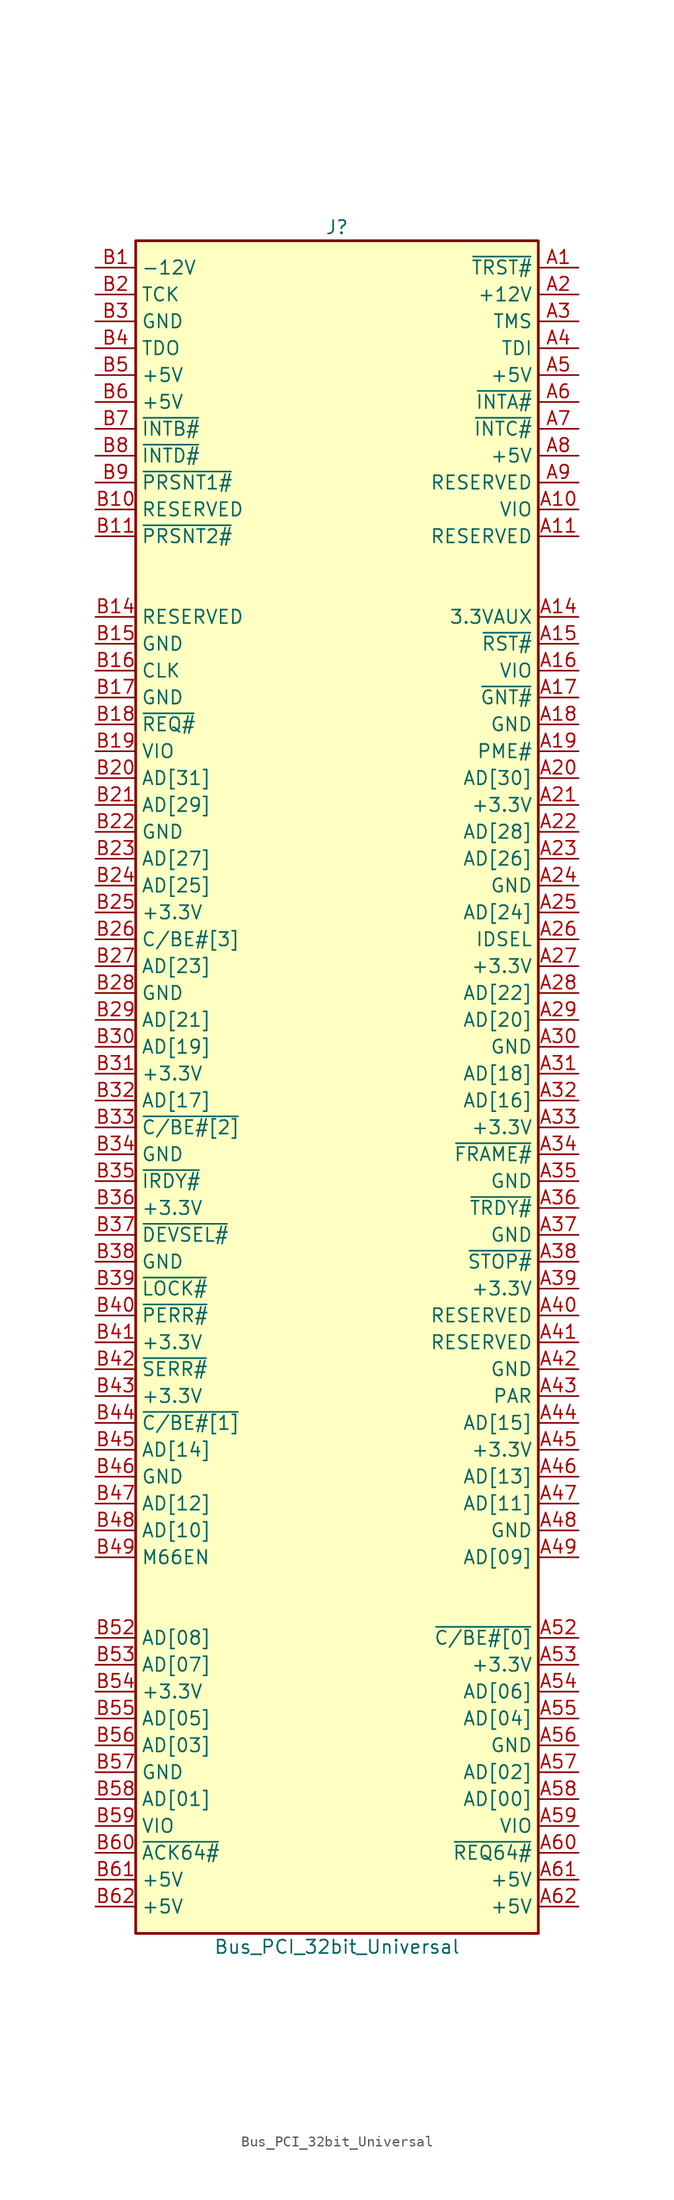
<source format=kicad_sym>
(kicad_symbol_lib
  (version 20220914)
  (generator kicad_symbol_editor)
  (symbol "Bus_PCI_32bit_Universal"
    (property "Reference" "J"
      (at 0 80.01 0)
      (effects (font (size 1.27 1.27))))
    (property "Value" "Bus_PCI_32bit_Universal"
      (at 0 -82.55 0)
      (effects (font (size 1.27 1.27))))
    (symbol "Bus_PCI_32bit_Universal_0_1"
      (rectangle (start -19.05 78.74) (end 19.05 -81.28) (stroke (width 0.254) (type solid)) (fill (type background))))
    (symbol "Bus_PCI_32bit_Universal_1_1"
      (pin output line (at 22.86 76.2 180) (length 3.81) (name "~{TRST#}" (effects (font (size 1.27 1.27)))) (number "A1" (effects (font (size 1.27 1.27)))))
      (pin power_in line (at 22.86 53.34 180) (length 3.81) (name "VIO" (effects (font (size 1.27 1.27)))) (number "A10" (effects (font (size 1.27 1.27)))))
      (pin passive line (at 22.86 50.8 180) (length 3.81) (name "RESERVED" (effects (font (size 1.27 1.27)))) (number "A11" (effects (font (size 1.27 1.27)))))
      (pin passive line (at 22.86 43.18 180) (length 3.81) (name "3.3VAUX" (effects (font (size 1.27 1.27)))) (number "A14" (effects (font (size 1.27 1.27)))))
      (pin output line (at 22.86 40.64 180) (length 3.81) (name "~{RST#}" (effects (font (size 1.27 1.27)))) (number "A15" (effects (font (size 1.27 1.27)))))
      (pin power_in line (at 22.86 38.1 180) (length 3.81) (name "VIO" (effects (font (size 1.27 1.27)))) (number "A16" (effects (font (size 1.27 1.27)))))
      (pin bidirectional line (at 22.86 35.56 180) (length 3.81) (name "~{GNT#}" (effects (font (size 1.27 1.27)))) (number "A17" (effects (font (size 1.27 1.27)))))
      (pin power_in line (at 22.86 33.02 180) (length 3.81) (name "GND" (effects (font (size 1.27 1.27)))) (number "A18" (effects (font (size 1.27 1.27)))))
      (pin passive line (at 22.86 30.48 180) (length 3.81) (name "PME#" (effects (font (size 1.27 1.27)))) (number "A19" (effects (font (size 1.27 1.27)))))
      (pin power_in line (at 22.86 73.66 180) (length 3.81) (name "+12V" (effects (font (size 1.27 1.27)))) (number "A2" (effects (font (size 1.27 1.27)))))
      (pin bidirectional line (at 22.86 27.94 180) (length 3.81) (name "AD[30]" (effects (font (size 1.27 1.27)))) (number "A20" (effects (font (size 1.27 1.27)))))
      (pin power_in line (at 22.86 25.4 180) (length 3.81) (name "+3.3V" (effects (font (size 1.27 1.27)))) (number "A21" (effects (font (size 1.27 1.27)))))
      (pin bidirectional line (at 22.86 22.86 180) (length 3.81) (name "AD[28]" (effects (font (size 1.27 1.27)))) (number "A22" (effects (font (size 1.27 1.27)))))
      (pin bidirectional line (at 22.86 20.32 180) (length 3.81) (name "AD[26]" (effects (font (size 1.27 1.27)))) (number "A23" (effects (font (size 1.27 1.27)))))
      (pin power_in line (at 22.86 17.78 180) (length 3.81) (name "GND" (effects (font (size 1.27 1.27)))) (number "A24" (effects (font (size 1.27 1.27)))))
      (pin bidirectional line (at 22.86 15.24 180) (length 3.81) (name "AD[24]" (effects (font (size 1.27 1.27)))) (number "A25" (effects (font (size 1.27 1.27)))))
      (pin output line (at 22.86 12.7 180) (length 3.81) (name "IDSEL" (effects (font (size 1.27 1.27)))) (number "A26" (effects (font (size 1.27 1.27)))))
      (pin power_in line (at 22.86 10.16 180) (length 3.81) (name "+3.3V" (effects (font (size 1.27 1.27)))) (number "A27" (effects (font (size 1.27 1.27)))))
      (pin bidirectional line (at 22.86 7.62 180) (length 3.81) (name "AD[22]" (effects (font (size 1.27 1.27)))) (number "A28" (effects (font (size 1.27 1.27)))))
      (pin bidirectional line (at 22.86 5.08 180) (length 3.81) (name "AD[20]" (effects (font (size 1.27 1.27)))) (number "A29" (effects (font (size 1.27 1.27)))))
      (pin output line (at 22.86 71.12 180) (length 3.81) (name "TMS" (effects (font (size 1.27 1.27)))) (number "A3" (effects (font (size 1.27 1.27)))))
      (pin power_in line (at 22.86 2.54 180) (length 3.81) (name "GND" (effects (font (size 1.27 1.27)))) (number "A30" (effects (font (size 1.27 1.27)))))
      (pin bidirectional line (at 22.86 0 180) (length 3.81) (name "AD[18]" (effects (font (size 1.27 1.27)))) (number "A31" (effects (font (size 1.27 1.27)))))
      (pin bidirectional line (at 22.86 -2.54 180) (length 3.81) (name "AD[16]" (effects (font (size 1.27 1.27)))) (number "A32" (effects (font (size 1.27 1.27)))))
      (pin power_in line (at 22.86 -5.08 180) (length 3.81) (name "+3.3V" (effects (font (size 1.27 1.27)))) (number "A33" (effects (font (size 1.27 1.27)))))
      (pin bidirectional line (at 22.86 -7.62 180) (length 3.81) (name "~{FRAME#}" (effects (font (size 1.27 1.27)))) (number "A34" (effects (font (size 1.27 1.27)))))
      (pin power_in line (at 22.86 -10.16 180) (length 3.81) (name "GND" (effects (font (size 1.27 1.27)))) (number "A35" (effects (font (size 1.27 1.27)))))
      (pin bidirectional line (at 22.86 -12.7 180) (length 3.81) (name "~{TRDY#}" (effects (font (size 1.27 1.27)))) (number "A36" (effects (font (size 1.27 1.27)))))
      (pin power_in line (at 22.86 -15.24 180) (length 3.81) (name "GND" (effects (font (size 1.27 1.27)))) (number "A37" (effects (font (size 1.27 1.27)))))
      (pin bidirectional line (at 22.86 -17.78 180) (length 3.81) (name "~{STOP#}" (effects (font (size 1.27 1.27)))) (number "A38" (effects (font (size 1.27 1.27)))))
      (pin power_in line (at 22.86 -20.32 180) (length 3.81) (name "+3.3V" (effects (font (size 1.27 1.27)))) (number "A39" (effects (font (size 1.27 1.27)))))
      (pin output line (at 22.86 68.58 180) (length 3.81) (name "TDI" (effects (font (size 1.27 1.27)))) (number "A4" (effects (font (size 1.27 1.27)))))
      (pin bidirectional line (at 22.86 -22.86 180) (length 3.81) (name "RESERVED" (effects (font (size 1.27 1.27)))) (number "A40" (effects (font (size 1.27 1.27)))))
      (pin bidirectional line (at 22.86 -25.4 180) (length 3.81) (name "RESERVED" (effects (font (size 1.27 1.27)))) (number "A41" (effects (font (size 1.27 1.27)))))
      (pin power_in line (at 22.86 -27.94 180) (length 3.81) (name "GND" (effects (font (size 1.27 1.27)))) (number "A42" (effects (font (size 1.27 1.27)))))
      (pin bidirectional line (at 22.86 -30.48 180) (length 3.81) (name "PAR" (effects (font (size 1.27 1.27)))) (number "A43" (effects (font (size 1.27 1.27)))))
      (pin bidirectional line (at 22.86 -33.02 180) (length 3.81) (name "AD[15]" (effects (font (size 1.27 1.27)))) (number "A44" (effects (font (size 1.27 1.27)))))
      (pin power_in line (at 22.86 -35.56 180) (length 3.81) (name "+3.3V" (effects (font (size 1.27 1.27)))) (number "A45" (effects (font (size 1.27 1.27)))))
      (pin bidirectional line (at 22.86 -38.1 180) (length 3.81) (name "AD[13]" (effects (font (size 1.27 1.27)))) (number "A46" (effects (font (size 1.27 1.27)))))
      (pin bidirectional line (at 22.86 -40.64 180) (length 3.81) (name "AD[11]" (effects (font (size 1.27 1.27)))) (number "A47" (effects (font (size 1.27 1.27)))))
      (pin power_in line (at 22.86 -43.18 180) (length 3.81) (name "GND" (effects (font (size 1.27 1.27)))) (number "A48" (effects (font (size 1.27 1.27)))))
      (pin bidirectional line (at 22.86 -45.72 180) (length 3.81) (name "AD[09]" (effects (font (size 1.27 1.27)))) (number "A49" (effects (font (size 1.27 1.27)))))
      (pin power_in line (at 22.86 66.04 180) (length 3.81) (name "+5V" (effects (font (size 1.27 1.27)))) (number "A5" (effects (font (size 1.27 1.27)))))
      (pin bidirectional line (at 22.86 -53.34 180) (length 3.81) (name "~{C/BE#[0]}" (effects (font (size 1.27 1.27)))) (number "A52" (effects (font (size 1.27 1.27)))))
      (pin power_in line (at 22.86 -55.88 180) (length 3.81) (name "+3.3V" (effects (font (size 1.27 1.27)))) (number "A53" (effects (font (size 1.27 1.27)))))
      (pin bidirectional line (at 22.86 -58.42 180) (length 3.81) (name "AD[06]" (effects (font (size 1.27 1.27)))) (number "A54" (effects (font (size 1.27 1.27)))))
      (pin bidirectional line (at 22.86 -60.96 180) (length 3.81) (name "AD[04]" (effects (font (size 1.27 1.27)))) (number "A55" (effects (font (size 1.27 1.27)))))
      (pin power_in line (at 22.86 -63.5 180) (length 3.81) (name "GND" (effects (font (size 1.27 1.27)))) (number "A56" (effects (font (size 1.27 1.27)))))
      (pin bidirectional line (at 22.86 -66.04 180) (length 3.81) (name "AD[02]" (effects (font (size 1.27 1.27)))) (number "A57" (effects (font (size 1.27 1.27)))))
      (pin bidirectional line (at 22.86 -68.58 180) (length 3.81) (name "AD[00]" (effects (font (size 1.27 1.27)))) (number "A58" (effects (font (size 1.27 1.27)))))
      (pin power_in line (at 22.86 -71.12 180) (length 3.81) (name "VIO" (effects (font (size 1.27 1.27)))) (number "A59" (effects (font (size 1.27 1.27)))))
      (pin input line (at 22.86 63.5 180) (length 3.81) (name "~{INTA#}" (effects (font (size 1.27 1.27)))) (number "A6" (effects (font (size 1.27 1.27)))))
      (pin bidirectional line (at 22.86 -73.66 180) (length 3.81) (name "~{REQ64#}" (effects (font (size 1.27 1.27)))) (number "A60" (effects (font (size 1.27 1.27)))))
      (pin power_in line (at 22.86 -76.2 180) (length 3.81) (name "+5V" (effects (font (size 1.27 1.27)))) (number "A61" (effects (font (size 1.27 1.27)))))
      (pin power_in line (at 22.86 -78.74 180) (length 3.81) (name "+5V" (effects (font (size 1.27 1.27)))) (number "A62" (effects (font (size 1.27 1.27)))))
      (pin input line (at 22.86 60.96 180) (length 3.81) (name "~{INTC#}" (effects (font (size 1.27 1.27)))) (number "A7" (effects (font (size 1.27 1.27)))))
      (pin power_in line (at 22.86 58.42 180) (length 3.81) (name "+5V" (effects (font (size 1.27 1.27)))) (number "A8" (effects (font (size 1.27 1.27)))))
      (pin passive line (at 22.86 55.88 180) (length 3.81) (name "RESERVED" (effects (font (size 1.27 1.27)))) (number "A9" (effects (font (size 1.27 1.27)))))
      (pin power_in line (at -22.86 76.2 0) (length 3.81) (name "-12V" (effects (font (size 1.27 1.27)))) (number "B1" (effects (font (size 1.27 1.27)))))
      (pin passive line (at -22.86 53.34 0) (length 3.81) (name "RESERVED" (effects (font (size 1.27 1.27)))) (number "B10" (effects (font (size 1.27 1.27)))))
      (pin input line (at -22.86 50.8 0) (length 3.81) (name "~{PRSNT2#}" (effects (font (size 1.27 1.27)))) (number "B11" (effects (font (size 1.27 1.27)))))
      (pin passive line (at -22.86 43.18 0) (length 3.81) (name "RESERVED" (effects (font (size 1.27 1.27)))) (number "B14" (effects (font (size 1.27 1.27)))))
      (pin power_in line (at -22.86 40.64 0) (length 3.81) (name "GND" (effects (font (size 1.27 1.27)))) (number "B15" (effects (font (size 1.27 1.27)))))
      (pin output line (at -22.86 38.1 0) (length 3.81) (name "CLK" (effects (font (size 1.27 1.27)))) (number "B16" (effects (font (size 1.27 1.27)))))
      (pin power_in line (at -22.86 35.56 0) (length 3.81) (name "GND" (effects (font (size 1.27 1.27)))) (number "B17" (effects (font (size 1.27 1.27)))))
      (pin bidirectional line (at -22.86 33.02 0) (length 3.81) (name "~{REQ#}" (effects (font (size 1.27 1.27)))) (number "B18" (effects (font (size 1.27 1.27)))))
      (pin power_in line (at -22.86 30.48 0) (length 3.81) (name "VIO" (effects (font (size 1.27 1.27)))) (number "B19" (effects (font (size 1.27 1.27)))))
      (pin output line (at -22.86 73.66 0) (length 3.81) (name "TCK" (effects (font (size 1.27 1.27)))) (number "B2" (effects (font (size 1.27 1.27)))))
      (pin bidirectional line (at -22.86 27.94 0) (length 3.81) (name "AD[31]" (effects (font (size 1.27 1.27)))) (number "B20" (effects (font (size 1.27 1.27)))))
      (pin bidirectional line (at -22.86 25.4 0) (length 3.81) (name "AD[29]" (effects (font (size 1.27 1.27)))) (number "B21" (effects (font (size 1.27 1.27)))))
      (pin power_in line (at -22.86 22.86 0) (length 3.81) (name "GND" (effects (font (size 1.27 1.27)))) (number "B22" (effects (font (size 1.27 1.27)))))
      (pin bidirectional line (at -22.86 20.32 0) (length 3.81) (name "AD[27]" (effects (font (size 1.27 1.27)))) (number "B23" (effects (font (size 1.27 1.27)))))
      (pin bidirectional line (at -22.86 17.78 0) (length 3.81) (name "AD[25]" (effects (font (size 1.27 1.27)))) (number "B24" (effects (font (size 1.27 1.27)))))
      (pin power_in line (at -22.86 15.24 0) (length 3.81) (name "+3.3V" (effects (font (size 1.27 1.27)))) (number "B25" (effects (font (size 1.27 1.27)))))
      (pin bidirectional line (at -22.86 12.7 0) (length 3.81) (name "C/BE#[3]" (effects (font (size 1.27 1.27)))) (number "B26" (effects (font (size 1.27 1.27)))))
      (pin bidirectional line (at -22.86 10.16 0) (length 3.81) (name "AD[23]" (effects (font (size 1.27 1.27)))) (number "B27" (effects (font (size 1.27 1.27)))))
      (pin power_in line (at -22.86 7.62 0) (length 3.81) (name "GND" (effects (font (size 1.27 1.27)))) (number "B28" (effects (font (size 1.27 1.27)))))
      (pin bidirectional line (at -22.86 5.08 0) (length 3.81) (name "AD[21]" (effects (font (size 1.27 1.27)))) (number "B29" (effects (font (size 1.27 1.27)))))
      (pin power_in line (at -22.86 71.12 0) (length 3.81) (name "GND" (effects (font (size 1.27 1.27)))) (number "B3" (effects (font (size 1.27 1.27)))))
      (pin bidirectional line (at -22.86 2.54 0) (length 3.81) (name "AD[19]" (effects (font (size 1.27 1.27)))) (number "B30" (effects (font (size 1.27 1.27)))))
      (pin power_in line (at -22.86 0 0) (length 3.81) (name "+3.3V" (effects (font (size 1.27 1.27)))) (number "B31" (effects (font (size 1.27 1.27)))))
      (pin bidirectional line (at -22.86 -2.54 0) (length 3.81) (name "AD[17]" (effects (font (size 1.27 1.27)))) (number "B32" (effects (font (size 1.27 1.27)))))
      (pin bidirectional line (at -22.86 -5.08 0) (length 3.81) (name "~{C/BE#[2]}" (effects (font (size 1.27 1.27)))) (number "B33" (effects (font (size 1.27 1.27)))))
      (pin power_in line (at -22.86 -7.62 0) (length 3.81) (name "GND" (effects (font (size 1.27 1.27)))) (number "B34" (effects (font (size 1.27 1.27)))))
      (pin bidirectional line (at -22.86 -10.16 0) (length 3.81) (name "~{IRDY#}" (effects (font (size 1.27 1.27)))) (number "B35" (effects (font (size 1.27 1.27)))))
      (pin power_in line (at -22.86 -12.7 0) (length 3.81) (name "+3.3V" (effects (font (size 1.27 1.27)))) (number "B36" (effects (font (size 1.27 1.27)))))
      (pin bidirectional line (at -22.86 -15.24 0) (length 3.81) (name "~{DEVSEL#}" (effects (font (size 1.27 1.27)))) (number "B37" (effects (font (size 1.27 1.27)))))
      (pin power_in line (at -22.86 -17.78 0) (length 3.81) (name "GND" (effects (font (size 1.27 1.27)))) (number "B38" (effects (font (size 1.27 1.27)))))
      (pin bidirectional line (at -22.86 -20.32 0) (length 3.81) (name "~{LOCK#}" (effects (font (size 1.27 1.27)))) (number "B39" (effects (font (size 1.27 1.27)))))
      (pin input line (at -22.86 68.58 0) (length 3.81) (name "TDO" (effects (font (size 1.27 1.27)))) (number "B4" (effects (font (size 1.27 1.27)))))
      (pin bidirectional line (at -22.86 -22.86 0) (length 3.81) (name "~{PERR#}" (effects (font (size 1.27 1.27)))) (number "B40" (effects (font (size 1.27 1.27)))))
      (pin power_in line (at -22.86 -25.4 0) (length 3.81) (name "+3.3V" (effects (font (size 1.27 1.27)))) (number "B41" (effects (font (size 1.27 1.27)))))
      (pin input line (at -22.86 -27.94 0) (length 3.81) (name "~{SERR#}" (effects (font (size 1.27 1.27)))) (number "B42" (effects (font (size 1.27 1.27)))))
      (pin power_in line (at -22.86 -30.48 0) (length 3.81) (name "+3.3V" (effects (font (size 1.27 1.27)))) (number "B43" (effects (font (size 1.27 1.27)))))
      (pin bidirectional line (at -22.86 -33.02 0) (length 3.81) (name "~{C/BE#[1]}" (effects (font (size 1.27 1.27)))) (number "B44" (effects (font (size 1.27 1.27)))))
      (pin bidirectional line (at -22.86 -35.56 0) (length 3.81) (name "AD[14]" (effects (font (size 1.27 1.27)))) (number "B45" (effects (font (size 1.27 1.27)))))
      (pin power_in line (at -22.86 -38.1 0) (length 3.81) (name "GND" (effects (font (size 1.27 1.27)))) (number "B46" (effects (font (size 1.27 1.27)))))
      (pin bidirectional line (at -22.86 -40.64 0) (length 3.81) (name "AD[12]" (effects (font (size 1.27 1.27)))) (number "B47" (effects (font (size 1.27 1.27)))))
      (pin bidirectional line (at -22.86 -43.18 0) (length 3.81) (name "AD[10]" (effects (font (size 1.27 1.27)))) (number "B48" (effects (font (size 1.27 1.27)))))
      (pin power_in line (at -22.86 -45.72 0) (length 3.81) (name "M66EN" (effects (font (size 1.27 1.27)))) (number "B49" (effects (font (size 1.27 1.27)))))
      (pin power_in line (at -22.86 66.04 0) (length 3.81) (name "+5V" (effects (font (size 1.27 1.27)))) (number "B5" (effects (font (size 1.27 1.27)))))
      (pin bidirectional line (at -22.86 -53.34 0) (length 3.81) (name "AD[08]" (effects (font (size 1.27 1.27)))) (number "B52" (effects (font (size 1.27 1.27)))))
      (pin bidirectional line (at -22.86 -55.88 0) (length 3.81) (name "AD[07]" (effects (font (size 1.27 1.27)))) (number "B53" (effects (font (size 1.27 1.27)))))
      (pin input line (at -22.86 -58.42 0) (length 3.81) (name "+3.3V" (effects (font (size 1.27 1.27)))) (number "B54" (effects (font (size 1.27 1.27)))))
      (pin bidirectional line (at -22.86 -60.96 0) (length 3.81) (name "AD[05]" (effects (font (size 1.27 1.27)))) (number "B55" (effects (font (size 1.27 1.27)))))
      (pin bidirectional line (at -22.86 -63.5 0) (length 3.81) (name "AD[03]" (effects (font (size 1.27 1.27)))) (number "B56" (effects (font (size 1.27 1.27)))))
      (pin power_in line (at -22.86 -66.04 0) (length 3.81) (name "GND" (effects (font (size 1.27 1.27)))) (number "B57" (effects (font (size 1.27 1.27)))))
      (pin bidirectional line (at -22.86 -68.58 0) (length 3.81) (name "AD[01]" (effects (font (size 1.27 1.27)))) (number "B58" (effects (font (size 1.27 1.27)))))
      (pin power_in line (at -22.86 -71.12 0) (length 3.81) (name "VIO" (effects (font (size 1.27 1.27)))) (number "B59" (effects (font (size 1.27 1.27)))))
      (pin power_in line (at -22.86 63.5 0) (length 3.81) (name "+5V" (effects (font (size 1.27 1.27)))) (number "B6" (effects (font (size 1.27 1.27)))))
      (pin bidirectional line (at -22.86 -73.66 0) (length 3.81) (name "~{ACK64#}" (effects (font (size 1.27 1.27)))) (number "B60" (effects (font (size 1.27 1.27)))))
      (pin power_in line (at -22.86 -76.2 0) (length 3.81) (name "+5V" (effects (font (size 1.27 1.27)))) (number "B61" (effects (font (size 1.27 1.27)))))
      (pin power_in line (at -22.86 -78.74 0) (length 3.81) (name "+5V" (effects (font (size 1.27 1.27)))) (number "B62" (effects (font (size 1.27 1.27)))))
      (pin input line (at -22.86 60.96 0) (length 3.81) (name "~{INTB#}" (effects (font (size 1.27 1.27)))) (number "B7" (effects (font (size 1.27 1.27)))))
      (pin input line (at -22.86 58.42 0) (length 3.81) (name "~{INTD#}" (effects (font (size 1.27 1.27)))) (number "B8" (effects (font (size 1.27 1.27)))))
      (pin input line (at -22.86 55.88 0) (length 3.81) (name "~{PRSNT1#}" (effects (font (size 1.27 1.27)))) (number "B9" (effects (font (size 1.27 1.27))))))))
</source>
